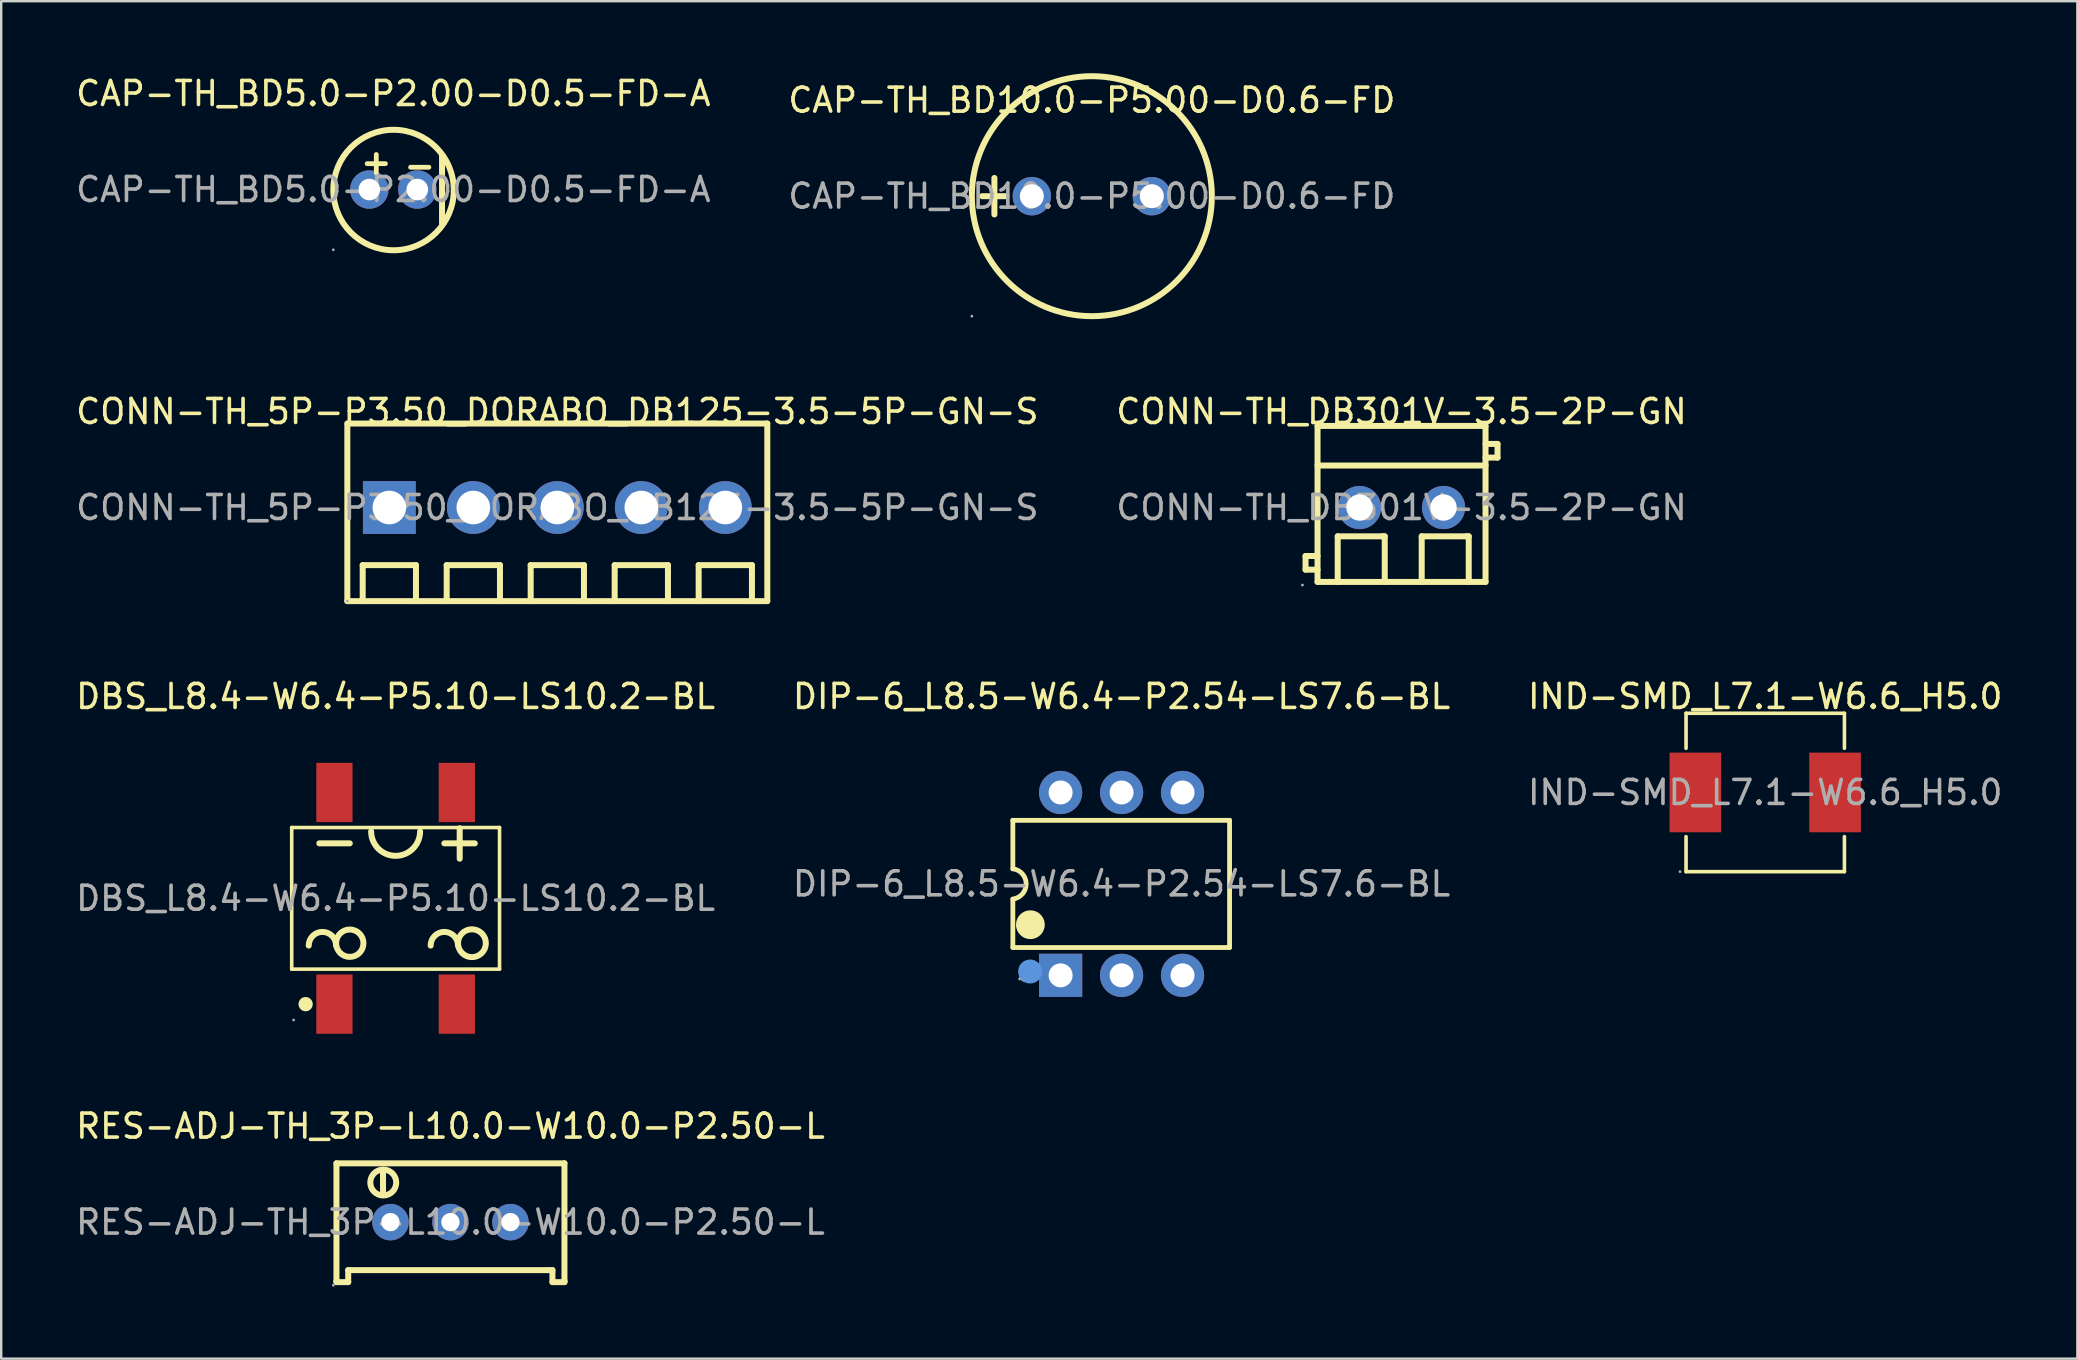
<source format=kicad_pcb>
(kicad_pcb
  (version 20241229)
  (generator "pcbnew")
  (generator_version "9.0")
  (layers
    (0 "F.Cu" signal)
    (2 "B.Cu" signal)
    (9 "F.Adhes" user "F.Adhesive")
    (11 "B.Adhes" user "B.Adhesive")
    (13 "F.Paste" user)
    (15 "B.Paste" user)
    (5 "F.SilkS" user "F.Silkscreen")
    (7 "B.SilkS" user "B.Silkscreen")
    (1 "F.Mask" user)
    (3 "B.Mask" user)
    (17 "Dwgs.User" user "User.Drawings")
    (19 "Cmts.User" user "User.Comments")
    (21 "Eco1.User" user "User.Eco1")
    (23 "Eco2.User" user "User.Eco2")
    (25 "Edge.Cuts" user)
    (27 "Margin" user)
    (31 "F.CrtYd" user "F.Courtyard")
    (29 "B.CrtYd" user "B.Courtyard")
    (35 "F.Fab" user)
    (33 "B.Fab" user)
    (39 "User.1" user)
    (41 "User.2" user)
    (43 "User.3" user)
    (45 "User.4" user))
  (footprint "CONN-TH_5P-P3.50_DORABO_DB125-3.5-5P-GN-S"
    (layer "F.Cu")
    (at 20.173 18.098)
    (property "Reference" "CONN-TH_5P-P3.50_DORABO_DB125-3.5-5P-GN-S" (at 0 -4 0) (layer "F.SilkS") (effects (font (size 1 1) (thickness 0.15))))
    (attr through_hole)
    (fp_line (start -8.75 -3.5) (end -8.75 3.9) (stroke (width 0.25) (type solid)) (layer "F.SilkS"))
    (fp_line (start -8.75 3.9) (end 8.75 3.9) (stroke (width 0.25) (type solid)) (layer "F.SilkS"))
    (fp_line (start -8.11 2.4) (end -5.89 2.4) (stroke (width 0.25) (type solid)) (layer "F.SilkS"))
    (fp_line (start -8.11 3.9) (end -8.11 2.4) (stroke (width 0.25) (type solid)) (layer "F.SilkS"))
    (fp_line (start -5.89 2.4) (end -5.89 3.9) (stroke (width 0.25) (type solid)) (layer "F.SilkS"))
    (fp_line (start -4.61 2.4) (end -2.39 2.4) (stroke (width 0.25) (type solid)) (layer "F.SilkS"))
    (fp_line (start -4.61 3.9) (end -4.61 2.4) (stroke (width 0.25) (type solid)) (layer "F.SilkS"))
    (fp_line (start -2.39 2.4) (end -2.39 3.9) (stroke (width 0.25) (type solid)) (layer "F.SilkS"))
    (fp_line (start -1.11 2.4) (end 1.11 2.4) (stroke (width 0.25) (type solid)) (layer "F.SilkS"))
    (fp_line (start -1.11 3.9) (end -1.11 2.4) (stroke (width 0.25) (type solid)) (layer "F.SilkS"))
    (fp_line (start 1.11 2.4) (end 1.11 3.9) (stroke (width 0.25) (type solid)) (layer "F.SilkS"))
    (fp_line (start 2.39 2.4) (end 4.61 2.4) (stroke (width 0.25) (type solid)) (layer "F.SilkS"))
    (fp_line (start 2.39 3.9) (end 2.39 2.4) (stroke (width 0.25) (type solid)) (layer "F.SilkS"))
    (fp_line (start 4.61 2.4) (end 4.61 3.9) (stroke (width 0.25) (type solid)) (layer "F.SilkS"))
    (fp_line (start 5.89 2.4) (end 8.11 2.4) (stroke (width 0.25) (type solid)) (layer "F.SilkS"))
    (fp_line (start 5.89 3.9) (end 5.89 2.4) (stroke (width 0.25) (type solid)) (layer "F.SilkS"))
    (fp_line (start 8.11 2.4) (end 8.11 3.9) (stroke (width 0.25) (type solid)) (layer "F.SilkS"))
    (fp_line (start 8.75 -3.5) (end -8.74 -3.5) (stroke (width 0.25) (type solid)) (layer "F.SilkS"))
    (fp_line (start 8.75 3.9) (end 8.75 -3.5) (stroke (width 0.25) (type solid)) (layer "F.SilkS"))
    (fp_circle (center -8.75 3.9) (end -8.72 3.9) (stroke (width 0.06) (type solid)) (fill no) (layer "F.Fab"))
    (fp_text user "${REFERENCE}" (at 0 0 0) (layer "F.Fab") (effects (font (size 1 1) (thickness 0.15))))
    (pad "1" thru_hole rect (at -7 0) (size 2.2 2.2) (drill 1.4) (layers "*.Cu" "*.Mask"))
    (pad "2" thru_hole circle (at -3.5 0) (size 2.2 2.2) (drill 1.4) (layers "*.Cu" "*.Mask"))
    (pad "3" thru_hole circle (at 0 0) (size 2.2 2.2) (drill 1.4) (layers "*.Cu" "*.Mask"))
    (pad "4" thru_hole circle (at 3.5 0) (size 2.2 2.2) (drill 1.4) (layers "*.Cu" "*.Mask"))
    (pad "5" thru_hole circle (at 7 0) (size 2.2 2.2) (drill 1.4) (layers "*.Cu" "*.Mask")))
  (footprint "DIP-6_L8.5-W6.4-P2.54-LS7.6-BL"
    (layer "F.Cu")
    (at 43.685 33.782)
    (property "Reference" "DIP-6_L8.5-W6.4-P2.54-LS7.6-BL" (at 0 -7.81 0) (layer "F.SilkS") (effects (font (size 1 1) (thickness 0.15))))
    (attr smd)
    (fp_line (start -4.53 -2.65) (end 4.5 -2.65) (stroke (width 0.2) (type solid)) (layer "F.SilkS"))
    (fp_line (start -4.53 -0.63) (end -4.53 -2.65) (stroke (width 0.2) (type solid)) (layer "F.SilkS"))
    (fp_line (start -4.53 2.65) (end -4.53 0.64) (stroke (width 0.2) (type solid)) (layer "F.SilkS"))
    (fp_line (start 4.5 -2.65) (end 4.5 2.65) (stroke (width 0.2) (type solid)) (layer "F.SilkS"))
    (fp_line (start 4.5 2.65) (end -4.53 2.65) (stroke (width 0.2) (type solid)) (layer "F.SilkS"))
    (fp_arc (start -4.53 -0.63) (mid -3.974941 0.000797) (end -4.531582 0.630199) (stroke (width 0.2) (type solid)) (layer "F.SilkS"))
    (fp_arc (start -3.97 3.8) (mid -3.97 3.8) (end -3.97 3.8) (stroke (width 0.3) (type solid)) (layer "F.SilkS"))
    (fp_arc (start -3.8 1.7) (mid -3.8 1.7) (end -3.8 1.7) (stroke (width 0.6) (type solid)) (layer "F.SilkS"))
    (fp_circle (center -3.81 3.65) (end -3.56 3.65) (stroke (width 0.5) (type solid)) (fill no) (layer "Cmts.User"))
    (fp_circle (center -4.25 3.96) (end -4.22 3.96) (stroke (width 0.06) (type solid)) (fill no) (layer "F.Fab"))
    (fp_text user "${REFERENCE}" (at 0 0 0) (layer "F.Fab") (effects (font (size 1 1) (thickness 0.15))))
    (pad "1" thru_hole rect (at -2.54 3.81 90) (size 1.8 1.8) (drill 1) (layers "*.Cu" "*.Mask"))
    (pad "2" thru_hole circle (at 0 3.81 90) (size 1.8 1.8) (drill 1) (layers "*.Cu" "*.Mask"))
    (pad "3" thru_hole circle (at 2.54 3.81 90) (size 1.8 1.8) (drill 1) (layers "*.Cu" "*.Mask"))
    (pad "4" thru_hole circle (at 2.54 -3.81 90) (size 1.8 1.8) (drill 1) (layers "*.Cu" "*.Mask"))
    (pad "5" thru_hole circle (at 0 -3.81 90) (size 1.8 1.8) (drill 1) (layers "*.Cu" "*.Mask"))
    (pad "6" thru_hole circle (at -2.54 -3.81 90) (size 1.8 1.8) (drill 1) (layers "*.Cu" "*.Mask")))
  (footprint "CAP-TH_BD10.0-P5.00-D0.6-FD"
    (layer "F.Cu")
    (at 42.446 5.125)
    (property "Reference" "CAP-TH_BD10.0-P5.00-D0.6-FD" (at 0 -4 0) (layer "F.SilkS") (effects (font (size 1 1) (thickness 0.15))))
    (attr through_hole)
    (fp_line (start -4.57 0) (end -3.56 0) (stroke (width 0.25) (type solid)) (layer "F.SilkS"))
    (fp_line (start -4.06 -0.76) (end -4.06 0.76) (stroke (width 0.25) (type solid)) (layer "F.SilkS"))
    (fp_circle (center 0 0) (end 5 0) (stroke (width 0.25) (type solid)) (fill no) (layer "F.SilkS"))
    (fp_circle (center -5 5) (end -4.97 5) (stroke (width 0.06) (type solid)) (fill no) (layer "F.Fab"))
    (fp_circle (center -2.5 0) (end -2.35 0) (stroke (width 0.3) (type solid)) (fill no) (layer "F.Fab"))
    (fp_circle (center 2.5 0) (end 2.65 0) (stroke (width 0.3) (type solid)) (fill no) (layer "F.Fab"))
    (fp_text user "${REFERENCE}" (at 0 0 0) (layer "F.Fab") (effects (font (size 1 1) (thickness 0.15))))
    (pad "1" thru_hole circle (at -2.5 0) (size 1.6 1.6) (drill 1) (layers "*.Cu" "*.Mask"))
    (pad "2" thru_hole circle (at 2.5 0) (size 1.6 1.6) (drill 1) (layers "*.Cu" "*.Mask")))
  (footprint "CAP-TH_BD5.0-P2.00-D0.5-FD-A"
    (layer "F.Cu")
    (at 13.339 4.848)
    (property "Reference" "CAP-TH_BD5.0-P2.00-D0.5-FD-A" (at 0 -4 0) (layer "F.SilkS") (effects (font (size 1 1) (thickness 0.15))))
    (attr through_hole)
    (fp_line (start 2.03 -1.4) (end 2.03 1.4) (stroke (width 0.25) (type solid)) (layer "F.SilkS"))
    (fp_circle (center 0.01 0.02) (end 2.52 0.02) (stroke (width 0.25) (type solid)) (fill no) (layer "F.SilkS"))
    (fp_circle (center -2.5 2.51) (end -2.47 2.51) (stroke (width 0.06) (type solid)) (fill no) (layer "F.Fab"))
    (fp_circle (center -1 0) (end -0.88 0) (stroke (width 0.25) (type solid)) (fill no) (layer "F.Fab"))
    (fp_circle (center 1 0) (end 1.12 0) (stroke (width 0.25) (type solid)) (fill no) (layer "F.Fab"))
    (fp_text user "-" (at 0.35 -1 0) (layer "F.SilkS") (effects (font (size 1 1) (thickness 0.2)) (justify left)))
    (fp_text user "+" (at -1.46 -1.15 0) (layer "F.SilkS") (effects (font (size 1 1) (thickness 0.2)) (justify left)))
    (fp_text user "${REFERENCE}" (at 0 0 0) (layer "F.Fab") (effects (font (size 1 1) (thickness 0.15))))
    (pad "1" thru_hole circle (at -1 0) (size 1.6 1.6) (drill 0.9) (layers "*.Cu" "*.Mask"))
    (pad "2" thru_hole circle (at 1 0) (size 1.6 1.6) (drill 0.9) (layers "*.Cu" "*.Mask")))
  (footprint "RES-ADJ-TH_3P-L10.0-W10.0-P2.50-L"
    (layer "F.Cu")
    (at 15.72 47.875)
    (property "Reference" "RES-ADJ-TH_3P-L10.0-W10.0-P2.50-L" (at 0 -4 0) (layer "F.SilkS") (effects (font (size 1 1) (thickness 0.15))))
    (attr through_hole)
    (fp_line (start -4.75 -2.45) (end -4.75 2.45) (stroke (width 0.25) (type solid)) (layer "F.SilkS"))
    (fp_line (start -4.75 -2.45) (end 4.75 -2.45) (stroke (width 0.25) (type solid)) (layer "F.SilkS"))
    (fp_line (start -4.75 2.45) (end -4.75 2.5) (stroke (width 0.25) (type solid)) (layer "F.SilkS"))
    (fp_line (start -4.75 2.5) (end -4.26 2.5) (stroke (width 0.25) (type solid)) (layer "F.SilkS"))
    (fp_line (start -4.26 2) (end 4.25 2) (stroke (width 0.25) (type solid)) (layer "F.SilkS"))
    (fp_line (start -4.26 2.5) (end -4.26 2) (stroke (width 0.25) (type solid)) (layer "F.SilkS"))
    (fp_line (start -2.81 -2.03) (end -2.81 -1.65) (stroke (width 0.25) (type solid)) (layer "F.SilkS"))
    (fp_line (start -2.81 -1.65) (end -2.81 -2.03) (stroke (width 0.25) (type solid)) (layer "F.SilkS"))
    (fp_line (start -2.81 -1.27) (end -2.81 -1.65) (stroke (width 0.25) (type solid)) (layer "F.SilkS"))
    (fp_line (start 4.25 2) (end 4.25 2.5) (stroke (width 0.25) (type solid)) (layer "F.SilkS"))
    (fp_line (start 4.25 2.5) (end 4.75 2.5) (stroke (width 0.25) (type solid)) (layer "F.SilkS"))
    (fp_line (start 4.75 2.45) (end 4.75 -2.45) (stroke (width 0.25) (type solid)) (layer "F.SilkS"))
    (fp_line (start 4.75 2.5) (end 4.75 2.45) (stroke (width 0.25) (type solid)) (layer "F.SilkS"))
    (fp_arc (start -2.8 -2.19) (mid -2.795005 -1.110023) (end -2.80999 -2.189908) (stroke (width 0.25) (type solid)) (layer "F.SilkS"))
    (fp_circle (center -4.88 2.63) (end -4.85 2.63) (stroke (width 0.06) (type solid)) (fill no) (layer "F.Fab"))
    (fp_circle (center -2.5 0) (end -2.36 0) (stroke (width 0.28) (type solid)) (fill no) (layer "F.Fab"))
    (fp_circle (center 0 0) (end 0.14 0) (stroke (width 0.28) (type solid)) (fill no) (layer "F.Fab"))
    (fp_circle (center 2.5 0) (end 2.64 0) (stroke (width 0.28) (type solid)) (fill no) (layer "F.Fab"))
    (fp_text user "${REFERENCE}" (at 0 0 0) (layer "F.Fab") (effects (font (size 1 1) (thickness 0.15))))
    (pad "1" thru_hole circle (at -2.5 0) (size 1.52 1.52) (drill 0.762) (layers "*.Cu" "*.Mask"))
    (pad "2" thru_hole circle (at 0 0) (size 1.52 1.52) (drill 0.762) (layers "*.Cu" "*.Mask"))
    (pad "3" thru_hole circle (at 2.5 0) (size 1.52 1.52) (drill 0.762) (layers "*.Cu" "*.Mask")))
  (footprint "CONN-TH_DB301V-3.5-2P-GN"
    (layer "F.Cu")
    (at 55.351 18.098)
    (property "Reference" "CONN-TH_DB301V-3.5-2P-GN" (at 0 -4 0) (layer "F.SilkS") (effects (font (size 1 1) (thickness 0.15))))
    (attr through_hole)
    (fp_line (start -4 2.02) (end -3.5 2.02) (stroke (width 0.25) (type solid)) (layer "F.SilkS"))
    (fp_line (start -4 2.59) (end -4 2.02) (stroke (width 0.25) (type solid)) (layer "F.SilkS"))
    (fp_line (start -3.5 -3.4) (end -3.5 3.1) (stroke (width 0.25) (type solid)) (layer "F.SilkS"))
    (fp_line (start -3.5 -3.4) (end 3.5 -3.4) (stroke (width 0.25) (type solid)) (layer "F.SilkS"))
    (fp_line (start -3.5 -1.75) (end 3.5 -1.75) (stroke (width 0.25) (type solid)) (layer "F.SilkS"))
    (fp_line (start -3.5 2.59) (end -4 2.59) (stroke (width 0.25) (type solid)) (layer "F.SilkS"))
    (fp_line (start -3.5 3.1) (end 3.5 3.1) (stroke (width 0.25) (type solid)) (layer "F.SilkS"))
    (fp_line (start -2.66 1.2) (end -0.8 1.2) (stroke (width 0.25) (type solid)) (layer "F.SilkS"))
    (fp_line (start -2.66 3.1) (end -2.66 1.2) (stroke (width 0.25) (type solid)) (layer "F.SilkS"))
    (fp_line (start -0.8 1.2) (end -0.7 1.2) (stroke (width 0.25) (type solid)) (layer "F.SilkS"))
    (fp_line (start -0.7 1.2) (end -0.7 3.1) (stroke (width 0.25) (type solid)) (layer "F.SilkS"))
    (fp_line (start 0.84 1.2) (end 2.7 1.2) (stroke (width 0.25) (type solid)) (layer "F.SilkS"))
    (fp_line (start 0.84 3.1) (end 0.84 1.2) (stroke (width 0.25) (type solid)) (layer "F.SilkS"))
    (fp_line (start 2.7 1.2) (end 2.8 1.2) (stroke (width 0.25) (type solid)) (layer "F.SilkS"))
    (fp_line (start 2.8 1.2) (end 2.8 3.1) (stroke (width 0.25) (type solid)) (layer "F.SilkS"))
    (fp_line (start 3.5 -3.4) (end 3.5 3.1) (stroke (width 0.25) (type solid)) (layer "F.SilkS"))
    (fp_line (start 3.5 -2.65) (end 4 -2.65) (stroke (width 0.25) (type solid)) (layer "F.SilkS"))
    (fp_line (start 4 -2.65) (end 4 -2.08) (stroke (width 0.25) (type solid)) (layer "F.SilkS"))
    (fp_line (start 4 -2.08) (end 3.5 -2.08) (stroke (width 0.25) (type solid)) (layer "F.SilkS"))
    (fp_circle (center -4.13 3.23) (end -4.1 3.23) (stroke (width 0.06) (type solid)) (fill no) (layer "F.Fab"))
    (fp_circle (center -1.75 0) (end -1.52 0) (stroke (width 0.45) (type solid)) (fill no) (layer "F.Fab"))
    (fp_circle (center 1.75 0) (end 1.98 0) (stroke (width 0.45) (type solid)) (fill no) (layer "F.Fab"))
    (fp_text user "${REFERENCE}" (at 0 0 0) (layer "F.Fab") (effects (font (size 1 1) (thickness 0.15))))
    (pad "1" thru_hole circle (at -1.75 0) (size 1.8 1.8) (drill 1.1) (layers "*.Cu" "*.Mask"))
    (pad "2" thru_hole circle (at 1.75 0) (size 1.8 1.8) (drill 1.1) (layers "*.Cu" "*.Mask")))
  (footprint "DBS_L8.4-W6.4-P5.10-LS10.2-BL"
    (layer "F.Cu")
    (at 13.435 34.382)
    (property "Reference" "DBS_L8.4-W6.4-P5.10-LS10.2-BL" (at 0 -8.41 0) (layer "F.SilkS") (effects (font (size 1 1) (thickness 0.15))))
    (attr smd)
    (fp_line (start -4.33 -2.95) (end 4.33 -2.95) (stroke (width 0.15) (type solid)) (layer "F.SilkS"))
    (fp_line (start -4.33 2.95) (end -4.33 -2.95) (stroke (width 0.15) (type solid)) (layer "F.SilkS"))
    (fp_line (start -3.18 -2.29) (end -1.91 -2.29) (stroke (width 0.25) (type solid)) (layer "F.SilkS"))
    (fp_line (start 2.03 -2.29) (end 3.3 -2.29) (stroke (width 0.25) (type solid)) (layer "F.SilkS"))
    (fp_line (start 2.67 -1.65) (end 2.67 -2.92) (stroke (width 0.25) (type solid)) (layer "F.SilkS"))
    (fp_line (start 4.33 -2.95) (end 4.33 2.95) (stroke (width 0.15) (type solid)) (layer "F.SilkS"))
    (fp_line (start 4.33 2.95) (end -4.33 2.95) (stroke (width 0.15) (type solid)) (layer "F.SilkS"))
    (fp_arc (start -3.62 1.97) (mid -3.05 1.4) (end -2.48 1.97) (stroke (width 0.25) (type solid)) (layer "F.SilkS"))
    (fp_arc (start -2.479913 1.860052) (mid -1.340022 1.874974) (end -2.48 1.87) (stroke (width 0.25) (type solid)) (layer "F.SilkS"))
    (fp_arc (start 1.02 -2.79) (mid 0 -1.77) (end -1.02 -2.79) (stroke (width 0.25) (type solid)) (layer "F.SilkS"))
    (fp_arc (start 1.46 1.97) (mid 2.03 1.4) (end 2.6 1.97) (stroke (width 0.25) (type solid)) (layer "F.SilkS"))
    (fp_arc (start 2.600088 1.859878) (mid 3.759978 1.875061) (end 2.6 1.87) (stroke (width 0.25) (type solid)) (layer "F.SilkS"))
    (fp_circle (center -3.75 4.41) (end -3.6 4.41) (stroke (width 0.3) (type solid)) (fill no) (layer "F.SilkS"))
    (fp_circle (center -4.25 5.07) (end -4.22 5.07) (stroke (width 0.06) (type solid)) (fill no) (layer "F.Fab"))
    (fp_text user "${REFERENCE}" (at 0 0 0) (layer "F.Fab") (effects (font (size 1 1) (thickness 0.15))))
    (pad "1" smd rect (at -2.55 4.41 180) (size 1.51 2.47) (layers "F.Cu" "F.Mask" "F.Paste"))
    (pad "2" smd rect (at 2.55 4.41 180) (size 1.51 2.47) (layers "F.Cu" "F.Mask" "F.Paste"))
    (pad "3" smd rect (at 2.55 -4.41 180) (size 1.51 2.47) (layers "F.Cu" "F.Mask" "F.Paste"))
    (pad "4" smd rect (at -2.55 -4.41 180) (size 1.51 2.47) (layers "F.Cu" "F.Mask" "F.Paste")))
  (footprint "IND-SMD_L7.1-W6.6_H5.0"
    (layer "F.Cu")
    (at 70.506 29.971)
    (property "Reference" "IND-SMD_L7.1-W6.6_H5.0" (at 0 -4 0) (layer "F.SilkS") (effects (font (size 1 1) (thickness 0.15))))
    (attr smd)
    (fp_line (start -3.3 -3.3) (end -3.3 -1.84) (stroke (width 0.15) (type solid)) (layer "F.SilkS"))
    (fp_line (start -3.3 1.84) (end -3.3 3.3) (stroke (width 0.15) (type solid)) (layer "F.SilkS"))
    (fp_line (start -3.3 3.3) (end 3.3 3.3) (stroke (width 0.15) (type solid)) (layer "F.SilkS"))
    (fp_line (start 3.3 -3.3) (end -3.3 -3.3) (stroke (width 0.15) (type solid)) (layer "F.SilkS"))
    (fp_line (start 3.3 -1.84) (end 3.3 -3.3) (stroke (width 0.15) (type solid)) (layer "F.SilkS"))
    (fp_line (start 3.3 3.3) (end 3.3 1.84) (stroke (width 0.15) (type solid)) (layer "F.SilkS"))
    (fp_circle (center -3.55 3.3) (end -3.52 3.3) (stroke (width 0.06) (type solid)) (fill no) (layer "F.Fab"))
    (fp_text user "${REFERENCE}" (at 0 0 0) (layer "F.Fab") (effects (font (size 1 1) (thickness 0.15))))
    (pad "1" smd rect (at -2.91 0) (size 2.15 3.32) (layers "F.Cu" "F.Mask" "F.Paste"))
    (pad "2" smd rect (at 2.91 0) (size 2.15 3.32) (layers "F.Cu" "F.Mask" "F.Paste")))
  (gr_rect
    (start -3 -3)
    (end 83.512 53.565)
    (stroke (width 0.1) (type default))
    (fill no)
    (layer "Edge.Cuts")))
</source>
